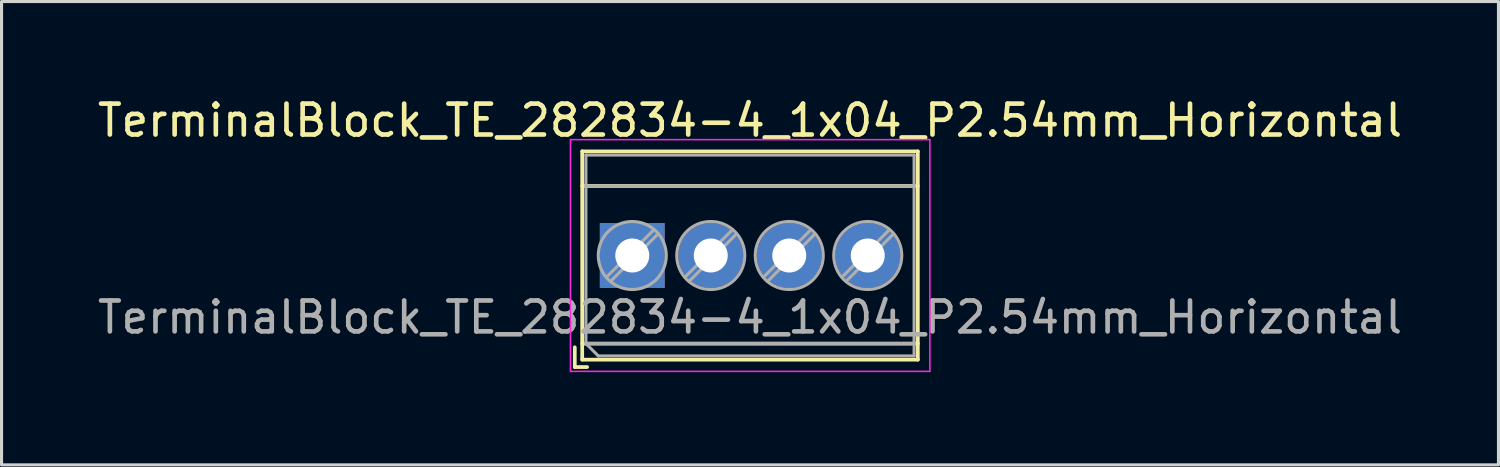
<source format=kicad_pcb>
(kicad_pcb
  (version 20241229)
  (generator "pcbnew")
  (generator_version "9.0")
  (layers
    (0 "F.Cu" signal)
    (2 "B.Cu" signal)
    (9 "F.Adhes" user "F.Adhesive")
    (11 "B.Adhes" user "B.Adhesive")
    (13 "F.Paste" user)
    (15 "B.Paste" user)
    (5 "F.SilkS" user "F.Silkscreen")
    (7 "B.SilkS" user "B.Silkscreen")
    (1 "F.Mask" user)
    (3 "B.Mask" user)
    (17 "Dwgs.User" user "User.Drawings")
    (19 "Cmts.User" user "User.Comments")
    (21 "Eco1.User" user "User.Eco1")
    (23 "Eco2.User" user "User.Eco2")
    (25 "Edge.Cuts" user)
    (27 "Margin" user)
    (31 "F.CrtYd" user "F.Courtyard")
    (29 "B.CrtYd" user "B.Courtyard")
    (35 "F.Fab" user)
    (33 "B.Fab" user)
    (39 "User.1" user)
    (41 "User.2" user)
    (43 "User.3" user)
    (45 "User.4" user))
  (footprint "TerminalBlock_TE_282834-4_1x04_P2.54mm_Horizontal"
    (layer "F.Cu")
    (at 17.41 5.218)
    (property "Reference" "TerminalBlock_TE_282834-4_1x04_P2.54mm_Horizontal" (at 3.81 -4.37 0) (layer "F.SilkS") (effects (font (size 1 1) (thickness 0.15))))
    (attr through_hole)
    (fp_line (start -1.86 2.97) (end -1.86 3.61) (stroke (width 0.12) (type solid)) (layer "F.SilkS"))
    (fp_line (start -1.86 3.61) (end -1.46 3.61) (stroke (width 0.12) (type solid)) (layer "F.SilkS"))
    (fp_line (start -1.62 -3.37) (end -1.62 3.37) (stroke (width 0.12) (type solid)) (layer "F.SilkS"))
    (fp_line (start -1.62 -3.37) (end 9.241 -3.37) (stroke (width 0.12) (type solid)) (layer "F.SilkS"))
    (fp_line (start -1.62 -2.25) (end 9.241 -2.25) (stroke (width 0.12) (type solid)) (layer "F.SilkS"))
    (fp_line (start -1.62 2.85) (end 9.241 2.85) (stroke (width 0.12) (type solid)) (layer "F.SilkS"))
    (fp_line (start -1.62 3.37) (end 9.241 3.37) (stroke (width 0.12) (type solid)) (layer "F.SilkS"))
    (fp_line (start 9.241 -3.37) (end 9.241 3.37) (stroke (width 0.12) (type solid)) (layer "F.SilkS"))
    (fp_line (start -2 -3.75) (end -2 3.75) (stroke (width 0.05) (type solid)) (layer "F.CrtYd"))
    (fp_line (start -2 3.75) (end 9.63 3.75) (stroke (width 0.05) (type solid)) (layer "F.CrtYd"))
    (fp_line (start 9.63 -3.75) (end -2 -3.75) (stroke (width 0.05) (type solid)) (layer "F.CrtYd"))
    (fp_line (start 9.63 3.75) (end 9.63 -3.75) (stroke (width 0.05) (type solid)) (layer "F.CrtYd"))
    (fp_line (start -1.5 -3.25) (end 9.12 -3.25) (stroke (width 0.1) (type solid)) (layer "F.Fab"))
    (fp_line (start -1.5 -2.25) (end 9.12 -2.25) (stroke (width 0.1) (type solid)) (layer "F.Fab"))
    (fp_line (start -1.5 2.85) (end -1.5 -3.25) (stroke (width 0.1) (type solid)) (layer "F.Fab"))
    (fp_line (start -1.5 2.85) (end 9.12 2.85) (stroke (width 0.1) (type solid)) (layer "F.Fab"))
    (fp_line (start -1.1 3.25) (end -1.5 2.85) (stroke (width 0.1) (type solid)) (layer "F.Fab"))
    (fp_line (start 0.701 -0.835) (end -0.835 0.7) (stroke (width 0.1) (type solid)) (layer "F.Fab"))
    (fp_line (start 0.835 -0.7) (end -0.701 0.835) (stroke (width 0.1) (type solid)) (layer "F.Fab"))
    (fp_line (start 3.241 -0.835) (end 1.706 0.7) (stroke (width 0.1) (type solid)) (layer "F.Fab"))
    (fp_line (start 3.375 -0.7) (end 1.84 0.835) (stroke (width 0.1) (type solid)) (layer "F.Fab"))
    (fp_line (start 5.781 -0.835) (end 4.246 0.7) (stroke (width 0.1) (type solid)) (layer "F.Fab"))
    (fp_line (start 5.915 -0.7) (end 4.38 0.835) (stroke (width 0.1) (type solid)) (layer "F.Fab"))
    (fp_line (start 8.321 -0.835) (end 6.786 0.7) (stroke (width 0.1) (type solid)) (layer "F.Fab"))
    (fp_line (start 8.455 -0.7) (end 6.92 0.835) (stroke (width 0.1) (type solid)) (layer "F.Fab"))
    (fp_line (start 9.12 -3.25) (end 9.12 3.25) (stroke (width 0.1) (type solid)) (layer "F.Fab"))
    (fp_line (start 9.12 3.25) (end -1.1 3.25) (stroke (width 0.1) (type solid)) (layer "F.Fab"))
    (fp_circle (center 0 0) (end 1.1 0) (stroke (width 0.1) (type solid)) (fill no) (layer "F.Fab"))
    (fp_circle (center 2.54 0) (end 3.64 0) (stroke (width 0.1) (type solid)) (fill no) (layer "F.Fab"))
    (fp_circle (center 5.08 0) (end 6.18 0) (stroke (width 0.1) (type solid)) (fill no) (layer "F.Fab"))
    (fp_circle (center 7.62 0) (end 8.72 0) (stroke (width 0.1) (type solid)) (fill no) (layer "F.Fab"))
    (fp_text user "${REFERENCE}" (at 3.81 2 0) (layer "F.Fab") (effects (font (size 1 1) (thickness 0.15))))
    (pad "1" thru_hole rect (at 0 0) (size 2.1 2.1) (drill 1.1) (layers "*.Cu" "*.Mask"))
    (pad "2" thru_hole circle (at 2.54 0) (size 2.1 2.1) (drill 1.1) (layers "*.Cu" "*.Mask"))
    (pad "3" thru_hole circle (at 5.08 0) (size 2.1 2.1) (drill 1.1) (layers "*.Cu" "*.Mask"))
    (pad "4" thru_hole circle (at 7.62 0) (size 2.1 2.1) (drill 1.1) (layers "*.Cu" "*.Mask")))
  (gr_rect
    (start -3 -3)
    (end 45.44 11.993)
    (stroke (width 0.1) (type default))
    (fill no)
    (layer "Edge.Cuts")))
</source>
